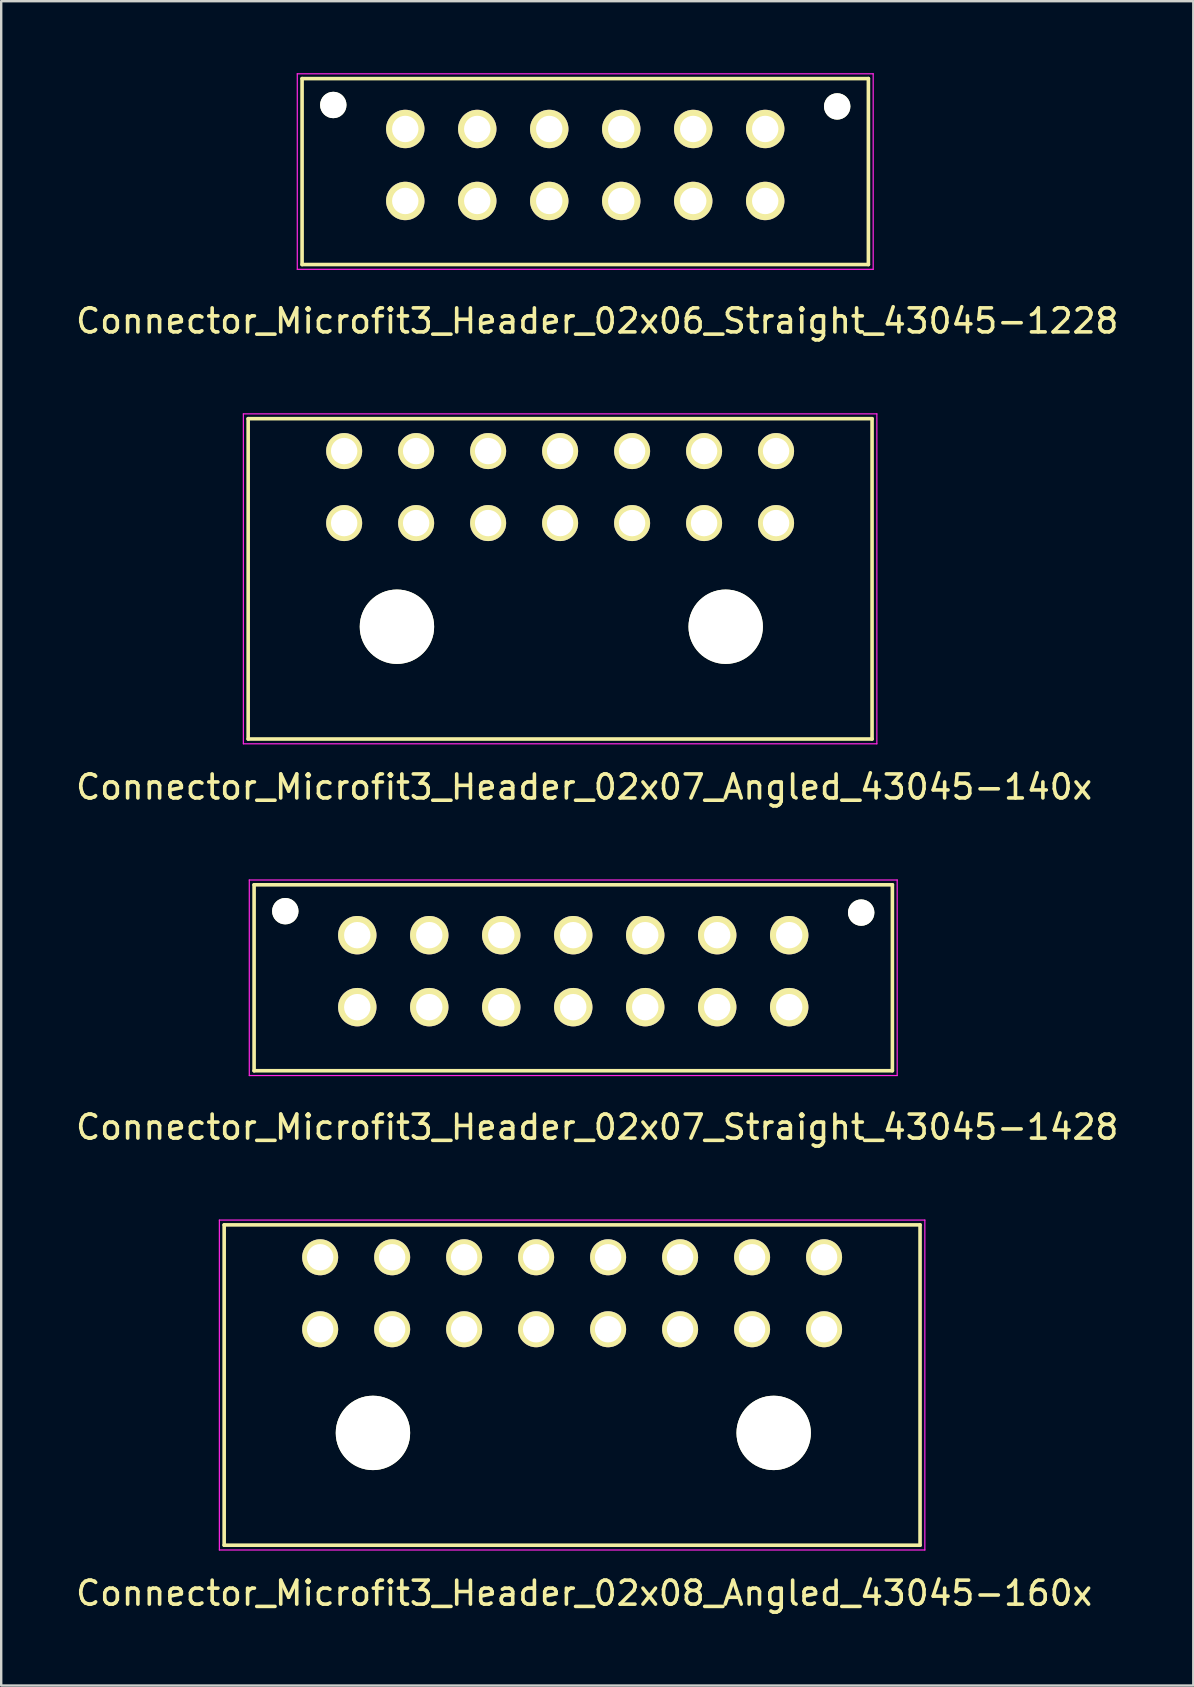
<source format=kicad_pcb>
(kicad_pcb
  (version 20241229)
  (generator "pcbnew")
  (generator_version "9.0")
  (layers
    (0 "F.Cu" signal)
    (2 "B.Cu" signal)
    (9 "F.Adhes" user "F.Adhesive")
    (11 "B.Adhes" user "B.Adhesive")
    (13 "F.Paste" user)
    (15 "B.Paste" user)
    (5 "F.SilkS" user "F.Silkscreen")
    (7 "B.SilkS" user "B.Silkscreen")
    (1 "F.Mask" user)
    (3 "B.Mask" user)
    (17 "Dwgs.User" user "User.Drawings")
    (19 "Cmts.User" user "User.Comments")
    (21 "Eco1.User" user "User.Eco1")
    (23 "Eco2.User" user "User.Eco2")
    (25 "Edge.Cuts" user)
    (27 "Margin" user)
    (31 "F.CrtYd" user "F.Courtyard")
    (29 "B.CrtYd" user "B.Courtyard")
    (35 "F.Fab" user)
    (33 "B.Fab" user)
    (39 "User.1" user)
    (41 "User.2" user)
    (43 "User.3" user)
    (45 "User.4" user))
  (footprint "Connector_Microfit3_Header_02x08_Angled_43045-160x"
    (layer "F.Cu")
    (at 31.292 52.345)
    (property "Reference" "Connector_Microfit3_Header_02x08_Angled_43045-160x" (at -10 11 0) (layer "F.SilkS") (effects (font (size 1 1) (thickness 0.15))))
    (attr through_hole)
    (fp_line (start -25 -4.35) (end 4 -4.35) (stroke (width 0.15) (type solid)) (layer "F.SilkS"))
    (fp_line (start -25 9) (end -25 -4.35) (stroke (width 0.15) (type solid)) (layer "F.SilkS"))
    (fp_line (start 4 -4.35) (end 4 9) (stroke (width 0.15) (type solid)) (layer "F.SilkS"))
    (fp_line (start 4 9) (end -25 9) (stroke (width 0.15) (type solid)) (layer "F.SilkS"))
    (fp_line (start -25.2 -4.55) (end -25.2 9.2) (stroke (width 0.05) (type solid)) (layer "F.CrtYd"))
    (fp_line (start -25.2 9.2) (end 4.2 9.2) (stroke (width 0.05) (type solid)) (layer "F.CrtYd"))
    (fp_line (start 4.2 -4.55) (end -25.2 -4.55) (stroke (width 0.05) (type solid)) (layer "F.CrtYd"))
    (fp_line (start 4.2 9.2) (end 4.2 -4.55) (stroke (width 0.05) (type solid)) (layer "F.CrtYd"))
    (pad "" np_thru_hole circle (at -18.8 4.32) (size 3.1 3.1) (drill 3.1) (layers "*.Cu" "*.Mask" "F.SilkS"))
    (pad "" np_thru_hole circle (at -2.1 4.32) (size 3.1 3.1) (drill 3.1) (layers "*.Cu" "*.Mask" "F.SilkS"))
    (pad "1" thru_hole circle (at 0 0) (size 1.5 1.5) (drill 1.1) (layers "*.Cu" "*.Mask" "F.SilkS"))
    (pad "2" thru_hole circle (at -3 0) (size 1.5 1.5) (drill 1.1) (layers "*.Cu" "*.Mask" "F.SilkS"))
    (pad "3" thru_hole circle (at -6 0) (size 1.5 1.5) (drill 1.1) (layers "*.Cu" "*.Mask" "F.SilkS"))
    (pad "4" thru_hole circle (at -9 0) (size 1.5 1.5) (drill 1.1) (layers "*.Cu" "*.Mask" "F.SilkS"))
    (pad "5" thru_hole circle (at -12 0) (size 1.5 1.5) (drill 1.1) (layers "*.Cu" "*.Mask" "F.SilkS"))
    (pad "6" thru_hole circle (at -15 0) (size 1.5 1.5) (drill 1.1) (layers "*.Cu" "*.Mask" "F.SilkS"))
    (pad "7" thru_hole circle (at -18 0) (size 1.5 1.5) (drill 1.1) (layers "*.Cu" "*.Mask" "F.SilkS"))
    (pad "8" thru_hole circle (at -21 0) (size 1.5 1.5) (drill 1.1) (layers "*.Cu" "*.Mask" "F.SilkS"))
    (pad "9" thru_hole circle (at 0 -3) (size 1.5 1.5) (drill 1.1) (layers "*.Cu" "*.Mask" "F.SilkS"))
    (pad "10" thru_hole circle (at -3 -3) (size 1.5 1.5) (drill 1.1) (layers "*.Cu" "*.Mask" "F.SilkS"))
    (pad "11" thru_hole circle (at -6 -3) (size 1.5 1.5) (drill 1.1) (layers "*.Cu" "*.Mask" "F.SilkS"))
    (pad "12" thru_hole circle (at -9 -3) (size 1.5 1.5) (drill 1.1) (layers "*.Cu" "*.Mask" "F.SilkS"))
    (pad "13" thru_hole circle (at -12 -3) (size 1.5 1.5) (drill 1.1) (layers "*.Cu" "*.Mask" "F.SilkS"))
    (pad "14" thru_hole circle (at -15 -3) (size 1.5 1.5) (drill 1.1) (layers "*.Cu" "*.Mask" "F.SilkS"))
    (pad "15" thru_hole circle (at -18 -3) (size 1.5 1.5) (drill 1.1) (layers "*.Cu" "*.Mask" "F.SilkS"))
    (pad "16" thru_hole circle (at -21 -3) (size 1.5 1.5) (drill 1.1) (layers "*.Cu" "*.Mask" "F.SilkS")))
  (footprint "Connector_Microfit3_Header_02x07_Angled_43045-140x"
    (layer "F.Cu")
    (at 29.292 18.748)
    (property "Reference" "Connector_Microfit3_Header_02x07_Angled_43045-140x" (at -8 11 0) (layer "F.SilkS") (effects (font (size 1 1) (thickness 0.15))))
    (attr through_hole)
    (fp_line (start -22 -4.35) (end 4 -4.35) (stroke (width 0.15) (type solid)) (layer "F.SilkS"))
    (fp_line (start -22 9) (end -22 -4.35) (stroke (width 0.15) (type solid)) (layer "F.SilkS"))
    (fp_line (start 4 -4.35) (end 4 9) (stroke (width 0.15) (type solid)) (layer "F.SilkS"))
    (fp_line (start 4 9) (end -22 9) (stroke (width 0.15) (type solid)) (layer "F.SilkS"))
    (fp_line (start -22.2 -4.55) (end -22.2 9.2) (stroke (width 0.05) (type solid)) (layer "F.CrtYd"))
    (fp_line (start -22.2 9.2) (end 4.2 9.2) (stroke (width 0.05) (type solid)) (layer "F.CrtYd"))
    (fp_line (start 4.2 -4.55) (end -22.2 -4.55) (stroke (width 0.05) (type solid)) (layer "F.CrtYd"))
    (fp_line (start 4.2 9.2) (end 4.2 -4.55) (stroke (width 0.05) (type solid)) (layer "F.CrtYd"))
    (pad "" np_thru_hole circle (at -15.8 4.32) (size 3.1 3.1) (drill 3.1) (layers "*.Cu" "*.Mask" "F.SilkS"))
    (pad "" np_thru_hole circle (at -2.1 4.32) (size 3.1 3.1) (drill 3.1) (layers "*.Cu" "*.Mask" "F.SilkS"))
    (pad "1" thru_hole circle (at 0 0) (size 1.5 1.5) (drill 1.1) (layers "*.Cu" "*.Mask" "F.SilkS"))
    (pad "2" thru_hole circle (at -3 0) (size 1.5 1.5) (drill 1.1) (layers "*.Cu" "*.Mask" "F.SilkS"))
    (pad "3" thru_hole circle (at -6 0) (size 1.5 1.5) (drill 1.1) (layers "*.Cu" "*.Mask" "F.SilkS"))
    (pad "4" thru_hole circle (at -9 0) (size 1.5 1.5) (drill 1.1) (layers "*.Cu" "*.Mask" "F.SilkS"))
    (pad "5" thru_hole circle (at -12 0) (size 1.5 1.5) (drill 1.1) (layers "*.Cu" "*.Mask" "F.SilkS"))
    (pad "6" thru_hole circle (at -15 0) (size 1.5 1.5) (drill 1.1) (layers "*.Cu" "*.Mask" "F.SilkS"))
    (pad "7" thru_hole circle (at -18 0) (size 1.5 1.5) (drill 1.1) (layers "*.Cu" "*.Mask" "F.SilkS"))
    (pad "8" thru_hole circle (at 0 -3) (size 1.5 1.5) (drill 1.1) (layers "*.Cu" "*.Mask" "F.SilkS"))
    (pad "9" thru_hole circle (at -3 -3) (size 1.5 1.5) (drill 1.1) (layers "*.Cu" "*.Mask" "F.SilkS"))
    (pad "10" thru_hole circle (at -6 -3) (size 1.5 1.5) (drill 1.1) (layers "*.Cu" "*.Mask" "F.SilkS"))
    (pad "11" thru_hole circle (at -9 -3) (size 1.5 1.5) (drill 1.1) (layers "*.Cu" "*.Mask" "F.SilkS"))
    (pad "12" thru_hole circle (at -12 -3) (size 1.5 1.5) (drill 1.1) (layers "*.Cu" "*.Mask" "F.SilkS"))
    (pad "13" thru_hole circle (at -15 -3) (size 1.5 1.5) (drill 1.1) (layers "*.Cu" "*.Mask" "F.SilkS"))
    (pad "14" thru_hole circle (at -18 -3) (size 1.5 1.5) (drill 1.1) (layers "*.Cu" "*.Mask" "F.SilkS")))
  (footprint "Connector_Microfit3_Header_02x06_Straight_43045-1228"
    (layer "F.Cu")
    (at 28.839 5.325)
    (property "Reference" "Connector_Microfit3_Header_02x06_Straight_43045-1228" (at -7 5 0) (layer "F.SilkS") (effects (font (size 1 1) (thickness 0.15))))
    (attr through_hole)
    (fp_line (start -19.3 2.65) (end -19.3 -5.1) (stroke (width 0.15) (type solid)) (layer "F.SilkS"))
    (fp_line (start 4.3 -5.1) (end -19.3 -5.1) (stroke (width 0.15) (type solid)) (layer "F.SilkS"))
    (fp_line (start 4.3 2.65) (end -19.3 2.65) (stroke (width 0.15) (type solid)) (layer "F.SilkS"))
    (fp_line (start 4.3 2.65) (end 4.3 -5.1) (stroke (width 0.15) (type solid)) (layer "F.SilkS"))
    (fp_line (start -19.5 2.85) (end -19.5 -5.3) (stroke (width 0.05) (type solid)) (layer "F.CrtYd"))
    (fp_line (start 4.5 -5.3) (end -19.5 -5.3) (stroke (width 0.05) (type solid)) (layer "F.CrtYd"))
    (fp_line (start 4.5 2.85) (end -19.5 2.85) (stroke (width 0.05) (type solid)) (layer "F.CrtYd"))
    (fp_line (start 4.5 2.85) (end 4.5 -5.3) (stroke (width 0.05) (type solid)) (layer "F.CrtYd"))
    (pad "" np_thru_hole circle (at -18 -4) (size 1.1 1.1) (drill 1.1) (layers "*.Cu" "*.Mask" "F.SilkS"))
    (pad "" np_thru_hole circle (at 3 -3.94) (size 1.1 1.1) (drill 1.1) (layers "*.Cu" "*.Mask" "F.SilkS"))
    (pad "1" thru_hole circle (at 0 0) (size 1.6 1.6) (drill 1.1) (layers "*.Cu" "*.Mask" "F.SilkS"))
    (pad "2" thru_hole circle (at -3 0) (size 1.6 1.6) (drill 1.1) (layers "*.Cu" "*.Mask" "F.SilkS"))
    (pad "3" thru_hole circle (at -6 0) (size 1.6 1.6) (drill 1.1) (layers "*.Cu" "*.Mask" "F.SilkS"))
    (pad "4" thru_hole circle (at -9 0) (size 1.6 1.6) (drill 1.1) (layers "*.Cu" "*.Mask" "F.SilkS"))
    (pad "5" thru_hole circle (at -12 0) (size 1.6 1.6) (drill 1.1) (layers "*.Cu" "*.Mask" "F.SilkS"))
    (pad "6" thru_hole circle (at -15 0) (size 1.6 1.6) (drill 1.1) (layers "*.Cu" "*.Mask" "F.SilkS"))
    (pad "7" thru_hole circle (at 0 -3) (size 1.6 1.6) (drill 1.1) (layers "*.Cu" "*.Mask" "F.SilkS"))
    (pad "8" thru_hole circle (at -3 -3) (size 1.6 1.6) (drill 1.1) (layers "*.Cu" "*.Mask" "F.SilkS"))
    (pad "9" thru_hole circle (at -6 -3) (size 1.6 1.6) (drill 1.1) (layers "*.Cu" "*.Mask" "F.SilkS"))
    (pad "10" thru_hole circle (at -9 -3) (size 1.6 1.6) (drill 1.1) (layers "*.Cu" "*.Mask" "F.SilkS"))
    (pad "11" thru_hole circle (at -12 -3) (size 1.6 1.6) (drill 1.1) (layers "*.Cu" "*.Mask" "F.SilkS"))
    (pad "12" thru_hole circle (at -15 -3) (size 1.6 1.6) (drill 1.1) (layers "*.Cu" "*.Mask" "F.SilkS")))
  (footprint "Connector_Microfit3_Header_02x07_Straight_43045-1428"
    (layer "F.Cu")
    (at 29.839 38.922)
    (property "Reference" "Connector_Microfit3_Header_02x07_Straight_43045-1428" (at -8 5 0) (layer "F.SilkS") (effects (font (size 1 1) (thickness 0.15))))
    (attr through_hole)
    (fp_line (start -22.3 2.65) (end -22.3 -5.1) (stroke (width 0.15) (type solid)) (layer "F.SilkS"))
    (fp_line (start 4.3 -5.1) (end -22.3 -5.1) (stroke (width 0.15) (type solid)) (layer "F.SilkS"))
    (fp_line (start 4.3 2.65) (end -22.3 2.65) (stroke (width 0.15) (type solid)) (layer "F.SilkS"))
    (fp_line (start 4.3 2.65) (end 4.3 -5.1) (stroke (width 0.15) (type solid)) (layer "F.SilkS"))
    (fp_line (start -22.5 2.85) (end -22.5 -5.3) (stroke (width 0.05) (type solid)) (layer "F.CrtYd"))
    (fp_line (start 4.5 -5.3) (end -22.5 -5.3) (stroke (width 0.05) (type solid)) (layer "F.CrtYd"))
    (fp_line (start 4.5 2.85) (end -22.5 2.85) (stroke (width 0.05) (type solid)) (layer "F.CrtYd"))
    (fp_line (start 4.5 2.85) (end 4.5 -5.3) (stroke (width 0.05) (type solid)) (layer "F.CrtYd"))
    (pad "" np_thru_hole circle (at -21 -4) (size 1.1 1.1) (drill 1.1) (layers "*.Cu" "*.Mask" "F.SilkS"))
    (pad "" np_thru_hole circle (at 3 -3.94) (size 1.1 1.1) (drill 1.1) (layers "*.Cu" "*.Mask" "F.SilkS"))
    (pad "1" thru_hole circle (at 0 0) (size 1.6 1.6) (drill 1.1) (layers "*.Cu" "*.Mask" "F.SilkS"))
    (pad "2" thru_hole circle (at -3 0) (size 1.6 1.6) (drill 1.1) (layers "*.Cu" "*.Mask" "F.SilkS"))
    (pad "3" thru_hole circle (at -6 0) (size 1.6 1.6) (drill 1.1) (layers "*.Cu" "*.Mask" "F.SilkS"))
    (pad "4" thru_hole circle (at -9 0) (size 1.6 1.6) (drill 1.1) (layers "*.Cu" "*.Mask" "F.SilkS"))
    (pad "5" thru_hole circle (at -12 0) (size 1.6 1.6) (drill 1.1) (layers "*.Cu" "*.Mask" "F.SilkS"))
    (pad "6" thru_hole circle (at -15 0) (size 1.6 1.6) (drill 1.1) (layers "*.Cu" "*.Mask" "F.SilkS"))
    (pad "7" thru_hole circle (at -18 0) (size 1.6 1.6) (drill 1.1) (layers "*.Cu" "*.Mask" "F.SilkS"))
    (pad "8" thru_hole circle (at 0 -3) (size 1.6 1.6) (drill 1.1) (layers "*.Cu" "*.Mask" "F.SilkS"))
    (pad "9" thru_hole circle (at -3 -3) (size 1.6 1.6) (drill 1.1) (layers "*.Cu" "*.Mask" "F.SilkS"))
    (pad "10" thru_hole circle (at -6 -3) (size 1.6 1.6) (drill 1.1) (layers "*.Cu" "*.Mask" "F.SilkS"))
    (pad "11" thru_hole circle (at -9 -3) (size 1.6 1.6) (drill 1.1) (layers "*.Cu" "*.Mask" "F.SilkS"))
    (pad "12" thru_hole circle (at -12 -3) (size 1.6 1.6) (drill 1.1) (layers "*.Cu" "*.Mask" "F.SilkS"))
    (pad "13" thru_hole circle (at -15 -3) (size 1.6 1.6) (drill 1.1) (layers "*.Cu" "*.Mask" "F.SilkS"))
    (pad "14" thru_hole circle (at -18 -3) (size 1.6 1.6) (drill 1.1) (layers "*.Cu" "*.Mask" "F.SilkS")))
  (gr_rect
    (start -3 -3)
    (end 46.679 67.193)
    (stroke (width 0.1) (type default))
    (fill no)
    (layer "Edge.Cuts")))
</source>
